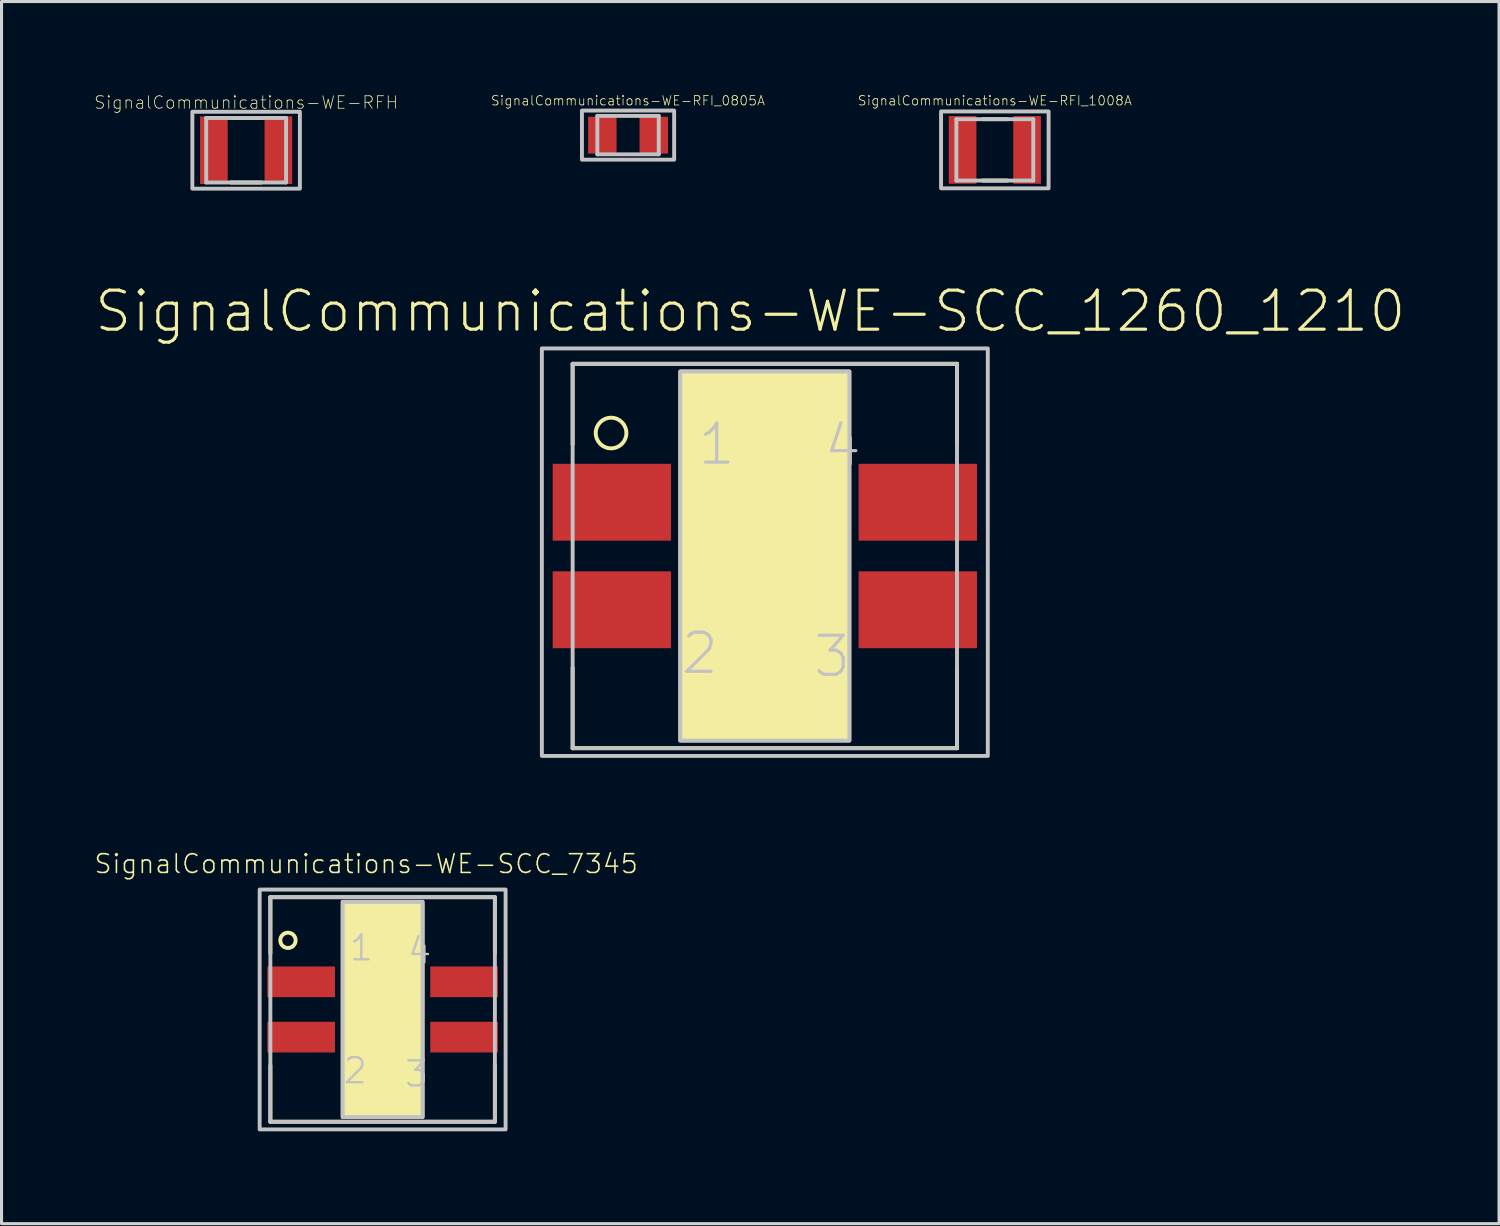
<source format=kicad_pcb>
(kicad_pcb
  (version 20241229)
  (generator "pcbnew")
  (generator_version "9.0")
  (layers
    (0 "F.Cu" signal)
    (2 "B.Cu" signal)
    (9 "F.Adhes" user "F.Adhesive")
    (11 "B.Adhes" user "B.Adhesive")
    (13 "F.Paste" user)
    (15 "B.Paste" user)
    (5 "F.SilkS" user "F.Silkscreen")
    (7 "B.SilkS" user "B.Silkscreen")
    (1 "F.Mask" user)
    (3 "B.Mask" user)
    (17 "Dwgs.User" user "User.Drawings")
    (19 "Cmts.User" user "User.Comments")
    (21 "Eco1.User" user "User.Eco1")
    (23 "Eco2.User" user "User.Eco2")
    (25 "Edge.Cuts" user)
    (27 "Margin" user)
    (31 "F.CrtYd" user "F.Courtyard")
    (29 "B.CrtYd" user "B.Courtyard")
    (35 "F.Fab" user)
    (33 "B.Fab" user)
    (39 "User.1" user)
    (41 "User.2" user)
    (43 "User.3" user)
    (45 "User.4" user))
  (footprint "SignalCommunications-WE-SCC_1260_1210"
    (layer "F.Cu")
    (at 21.816 15.027)
    (property "Reference" "SignalCommunications-WE-SCC_1260_1210" (at -0.472 -7.958 0) (layer "F.SilkS") (effects (font (size 1.27 1.27) (thickness 0.102))))
    (attr smd)
    (fp_line (start -6.248 -6.248) (end 6.248 -6.248) (stroke (width 0.127) (type solid)) (layer "F.SilkS"))
    (fp_line (start -6.248 -3.625) (end -6.248 -6.248) (stroke (width 0.127) (type solid)) (layer "F.SilkS"))
    (fp_line (start -6.248 3.625) (end -6.248 6.248) (stroke (width 0.127) (type solid)) (layer "F.SilkS"))
    (fp_line (start -6.248 6.248) (end 6.248 6.248) (stroke (width 0.127) (type solid)) (layer "F.SilkS"))
    (fp_line (start 6.248 -6.248) (end 6.248 -3.625) (stroke (width 0.127) (type solid)) (layer "F.SilkS"))
    (fp_line (start 6.248 6.248) (end 6.248 3.625) (stroke (width 0.127) (type solid)) (layer "F.SilkS"))
    (fp_circle (center -4.999 -3.998) (end -4.999 -4.496) (stroke (width 0.127) (type solid)) (fill no) (layer "F.SilkS"))
    (fp_poly (pts (xy -2.748 5.999) (xy -2.748 -5.999) (xy 2.748 -5.999) (xy 2.748 5.999) (xy -2.748 5.999)) (stroke (width 0.127) (type solid)) (fill yes) (layer "F.SilkS"))
    (fp_line (start -6.248 -6.248) (end -6.248 6.248) (stroke (width 0.127) (type solid)) (layer "Dwgs.User"))
    (fp_line (start -6.248 6.248) (end 6.248 6.248) (stroke (width 0.127) (type solid)) (layer "Dwgs.User"))
    (fp_line (start 6.248 -6.248) (end -6.248 -6.248) (stroke (width 0.127) (type solid)) (layer "Dwgs.User"))
    (fp_line (start 6.248 6.248) (end 6.248 -6.248) (stroke (width 0.127) (type solid)) (layer "Dwgs.User"))
    (fp_poly (pts (xy -7.249 6.5) (xy -7.249 -6.749) (xy 7.249 -6.749) (xy 7.249 6.5) (xy -7.249 6.5)) (stroke (width 0.127) (type solid)) (fill no) (layer "Dwgs.User"))
    (fp_poly (pts (xy -2.748 5.999) (xy -2.748 -5.999) (xy 2.748 -5.999) (xy 2.748 5.999) (xy -2.748 5.999)) (stroke (width 0.127) (type solid)) (fill no) (layer "Dwgs.User"))
    (fp_text user "3" (at 2.184 3.264 0) (layer "Dwgs.User") (effects (font (size 1.27 1.27) (thickness 0.102))))
    (fp_text user "4" (at 2.535 -3.584 0) (layer "Dwgs.User") (effects (font (size 1.27 1.27) (thickness 0.102))))
    (fp_text user "1" (at -1.565 -3.635 0) (layer "Dwgs.User") (effects (font (size 1.27 1.27) (thickness 0.102))))
    (fp_text user "2" (at -2.113 3.165 0) (layer "Dwgs.User") (effects (font (size 1.27 1.27) (thickness 0.102))))
    (pad "1" smd rect (at -4.973 -1.748 90) (size 2.499 3.848) (layers "F.Cu" "F.Mask" "F.Paste"))
    (pad "2" smd rect (at -4.973 1.748 90) (size 2.499 3.848) (layers "F.Cu" "F.Mask" "F.Paste"))
    (pad "3" smd rect (at 4.973 1.748 90) (size 2.499 3.848) (layers "F.Cu" "F.Mask" "F.Paste"))
    (pad "4" smd rect (at 4.973 -1.748 90) (size 2.499 3.848) (layers "F.Cu" "F.Mask" "F.Paste")))
  (footprint "SignalCommunications-WE-RFI_0805A"
    (layer "F.Cu")
    (at 17.369 1.343)
    (property "Reference" "SignalCommunications-WE-RFI_0805A" (at -0.003 -1.12 0) (layer "F.SilkS") (effects (font (size 0.305 0.305) (thickness 0.025))))
    (attr smd)
    (fp_line (start -0.998 -0.625) (end -0.998 0.625) (stroke (width 0.127) (type solid)) (layer "Dwgs.User"))
    (fp_line (start -0.998 -0.625) (end 0.998 -0.625) (stroke (width 0.127) (type solid)) (layer "Dwgs.User"))
    (fp_line (start -0.998 0.625) (end 0.998 0.625) (stroke (width 0.127) (type solid)) (layer "Dwgs.User"))
    (fp_line (start 0.998 0.625) (end 0.998 -0.625) (stroke (width 0.127) (type solid)) (layer "Dwgs.User"))
    (fp_poly (pts (xy -1.499 -0.798) (xy 1.499 -0.798) (xy 1.499 0.798) (xy -1.499 0.798) (xy -1.499 -0.798)) (stroke (width 0.127) (type solid)) (fill no) (layer "Dwgs.User"))
    (pad "1" smd rect (at -0.836 0) (size 0.925 1.199) (layers "F.Cu" "F.Mask" "F.Paste"))
    (pad "2" smd rect (at 0.836 0) (size 0.925 1.199) (layers "F.Cu" "F.Mask" "F.Paste")))
  (footprint "SignalCommunications-WE-SCC_7345"
    (layer "F.Cu")
    (at 9.39 29.77)
    (property "Reference" "SignalCommunications-WE-SCC_7345" (at -0.536 -4.735 0) (layer "F.SilkS") (effects (font (size 0.61 0.61) (thickness 0.051))))
    (attr smd)
    (fp_line (start -3.65 -3.65) (end -3.65 -1.824) (stroke (width 0.127) (type solid)) (layer "F.SilkS"))
    (fp_line (start -3.65 1.824) (end -3.65 3.65) (stroke (width 0.127) (type solid)) (layer "F.SilkS"))
    (fp_line (start -3.65 3.65) (end 3.65 3.65) (stroke (width 0.127) (type solid)) (layer "F.SilkS"))
    (fp_line (start 3.65 -3.65) (end -3.65 -3.65) (stroke (width 0.127) (type solid)) (layer "F.SilkS"))
    (fp_line (start 3.65 -1.824) (end 3.65 -3.65) (stroke (width 0.127) (type solid)) (layer "F.SilkS"))
    (fp_line (start 3.65 3.65) (end 3.65 1.824) (stroke (width 0.127) (type solid)) (layer "F.SilkS"))
    (fp_circle (center -3.078 -2.248) (end -3.078 -2.497) (stroke (width 0.127) (type solid)) (fill no) (layer "F.SilkS"))
    (fp_poly (pts (xy -1.298 3.498) (xy -1.298 -3.498) (xy 1.298 -3.498) (xy 1.298 3.498) (xy -1.298 3.498)) (stroke (width 0.127) (type solid)) (fill yes) (layer "F.SilkS"))
    (fp_line (start -3.65 -3.65) (end 3.65 -3.65) (stroke (width 0.127) (type solid)) (layer "Dwgs.User"))
    (fp_line (start -3.65 3.65) (end -3.65 -3.65) (stroke (width 0.127) (type solid)) (layer "Dwgs.User"))
    (fp_line (start 3.65 -3.65) (end 3.65 3.65) (stroke (width 0.127) (type solid)) (layer "Dwgs.User"))
    (fp_line (start 3.65 3.65) (end -3.65 3.65) (stroke (width 0.127) (type solid)) (layer "Dwgs.User"))
    (fp_poly (pts (xy -3.998 3.899) (xy -3.998 -3.899) (xy 3.998 -3.899) (xy 3.998 3.899) (xy -3.998 3.899)) (stroke (width 0.127) (type solid)) (fill no) (layer "Dwgs.User"))
    (fp_poly (pts (xy -1.298 3.498) (xy -1.298 -3.498) (xy 1.298 -3.498) (xy 1.298 3.498) (xy -1.298 3.498)) (stroke (width 0.127) (type solid)) (fill no) (layer "Dwgs.User"))
    (fp_text user "3" (at 1.105 2.093 0) (layer "Dwgs.User") (effects (font (size 0.813 0.813) (thickness 0.076))))
    (fp_text user "4" (at 1.204 -1.905 0) (layer "Dwgs.User") (effects (font (size 0.813 0.813) (thickness 0.076))))
    (fp_text user "2" (at -0.892 1.991 0) (layer "Dwgs.User") (effects (font (size 0.813 0.813) (thickness 0.076))))
    (fp_text user "1" (at -0.693 -2.004 0) (layer "Dwgs.User") (effects (font (size 0.813 0.813) (thickness 0.076))))
    (pad "1" smd rect (at -2.649 -0.899 90) (size 0.998 2.2) (layers "F.Cu" "F.Mask" "F.Paste"))
    (pad "2" smd rect (at -2.649 0.899 90) (size 0.998 2.2) (layers "F.Cu" "F.Mask" "F.Paste"))
    (pad "3" smd rect (at 2.649 0.899 90) (size 0.998 2.2) (layers "F.Cu" "F.Mask" "F.Paste"))
    (pad "4" smd rect (at 2.649 -0.899 90) (size 0.998 2.2) (layers "F.Cu" "F.Mask" "F.Paste")))
  (footprint "SignalCommunications-WE-RFH"
    (layer "F.Cu")
    (at 4.952 1.834)
    (property "Reference" "SignalCommunications-WE-RFH" (at 0 -1.552 0) (layer "F.SilkS") (effects (font (size 0.406 0.406) (thickness 0.025))))
    (attr smd)
    (fp_line (start -0.498 -1.049) (end 0.498 -1.049) (stroke (width 0.127) (type solid)) (layer "F.SilkS"))
    (fp_line (start -0.498 1.049) (end 0.498 1.049) (stroke (width 0.127) (type solid)) (layer "F.SilkS"))
    (fp_line (start -1.298 -1.049) (end -1.298 1.049) (stroke (width 0.127) (type solid)) (layer "Dwgs.User"))
    (fp_line (start -1.298 -1.049) (end 1.298 -1.049) (stroke (width 0.127) (type solid)) (layer "Dwgs.User"))
    (fp_line (start -1.298 1.049) (end 1.298 1.049) (stroke (width 0.127) (type solid)) (layer "Dwgs.User"))
    (fp_line (start 1.298 -1.049) (end 1.298 1.049) (stroke (width 0.127) (type solid)) (layer "Dwgs.User"))
    (fp_poly (pts (xy -1.748 -1.25) (xy 1.748 -1.25) (xy 1.748 1.25) (xy -1.748 1.25) (xy -1.748 -1.25)) (stroke (width 0.127) (type solid)) (fill no) (layer "Dwgs.User"))
    (pad "1" smd rect (at -1.049 0) (size 0.899 2.2) (layers "F.Cu" "F.Mask" "F.Paste"))
    (pad "2" smd rect (at 1.049 0) (size 0.899 2.2) (layers "F.Cu" "F.Mask" "F.Paste")))
  (footprint "SignalCommunications-WE-RFI_1008A"
    (layer "F.Cu")
    (at 29.294 1.823)
    (property "Reference" "SignalCommunications-WE-RFI_1008A" (at 0 -1.6 0) (layer "F.SilkS") (effects (font (size 0.305 0.305) (thickness 0.025))))
    (attr smd)
    (fp_line (start -0.399 -0.998) (end 0.399 -0.998) (stroke (width 0.127) (type solid)) (layer "F.SilkS"))
    (fp_line (start 0.399 0.998) (end -0.399 0.998) (stroke (width 0.127) (type solid)) (layer "F.SilkS"))
    (fp_line (start -1.25 -0.998) (end -1.25 0.998) (stroke (width 0.127) (type solid)) (layer "Dwgs.User"))
    (fp_line (start -1.25 -0.998) (end 1.25 -0.998) (stroke (width 0.127) (type solid)) (layer "Dwgs.User"))
    (fp_line (start -1.25 0.998) (end 1.25 0.998) (stroke (width 0.127) (type solid)) (layer "Dwgs.User"))
    (fp_line (start 1.25 -0.998) (end 1.25 0.998) (stroke (width 0.127) (type solid)) (layer "Dwgs.User"))
    (fp_poly (pts (xy -1.748 -1.25) (xy 1.748 -1.25) (xy 1.748 1.25) (xy -1.748 1.25) (xy -1.748 -1.25)) (stroke (width 0.127) (type solid)) (fill no) (layer "Dwgs.User"))
    (pad "1" smd rect (at -1.049 0) (size 0.899 2.2) (layers "F.Cu" "F.Mask" "F.Paste"))
    (pad "2" smd rect (at 1.049 0) (size 0.899 2.2) (layers "F.Cu" "F.Mask" "F.Paste")))
  (gr_rect
    (start -3 -3)
    (end 45.687 36.733)
    (stroke (width 0.1) (type default))
    (fill no)
    (layer "Edge.Cuts")))
</source>
